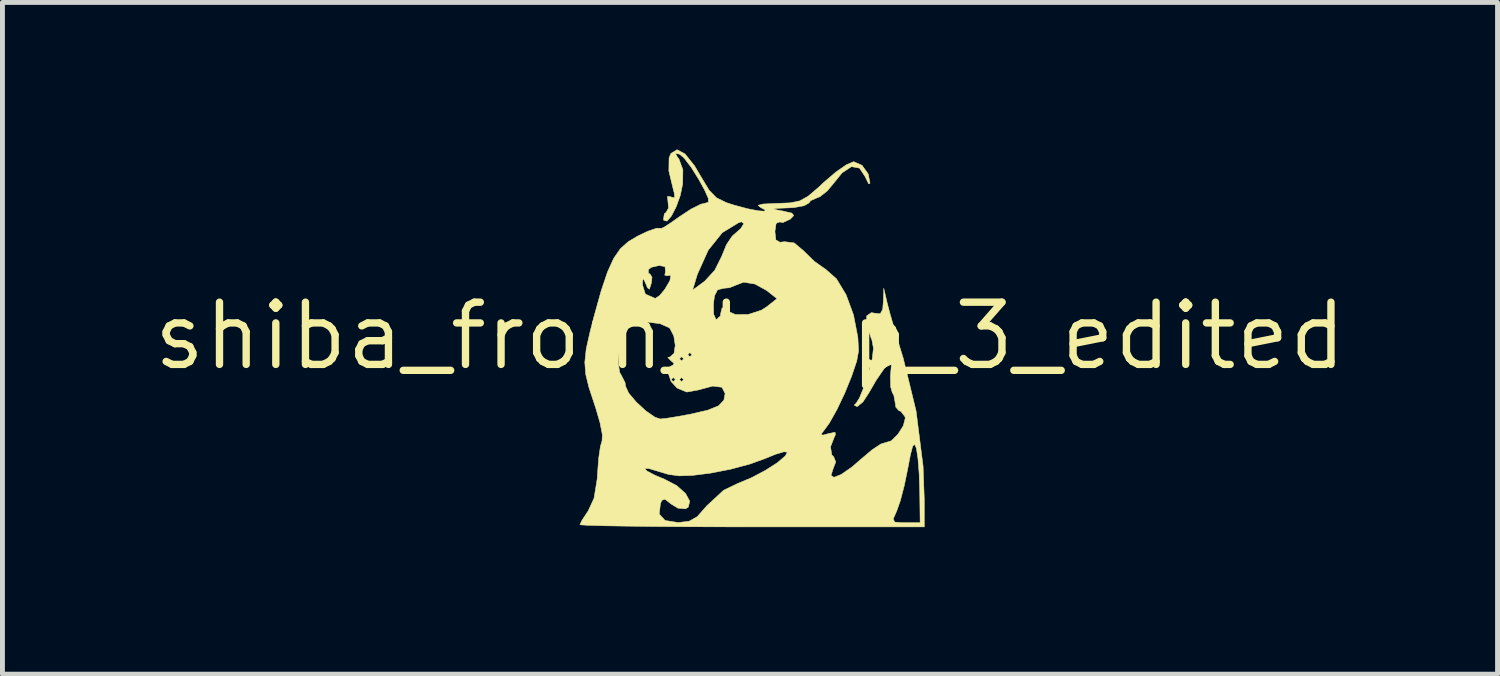
<source format=kicad_pcb>
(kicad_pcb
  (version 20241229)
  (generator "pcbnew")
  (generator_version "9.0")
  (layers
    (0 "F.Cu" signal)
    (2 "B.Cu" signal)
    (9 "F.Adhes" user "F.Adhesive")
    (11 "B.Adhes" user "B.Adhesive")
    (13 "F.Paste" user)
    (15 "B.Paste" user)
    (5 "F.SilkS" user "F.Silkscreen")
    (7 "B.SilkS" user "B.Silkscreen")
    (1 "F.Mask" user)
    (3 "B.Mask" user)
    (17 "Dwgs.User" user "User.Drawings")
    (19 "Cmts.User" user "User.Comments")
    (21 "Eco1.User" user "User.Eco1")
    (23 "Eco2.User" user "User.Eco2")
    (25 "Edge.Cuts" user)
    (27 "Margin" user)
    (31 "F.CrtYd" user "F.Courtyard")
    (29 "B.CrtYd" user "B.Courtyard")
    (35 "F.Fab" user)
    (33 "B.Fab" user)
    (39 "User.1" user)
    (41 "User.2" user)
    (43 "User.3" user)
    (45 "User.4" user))
  (footprint "shiba_from_bmp_3_edited"
    (layer "F.Cu")
    (at 12.254 3.806)
    (property "Reference" "shiba_from_bmp_3_edited" (at 0 0 0) (layer "F.SilkS") (effects (font (size 1.27 1.27) (thickness 0.15))))
    (attr through_hole)
    (fp_poly (pts (xy -1.327 -3.716) (xy -1.131 -3.471) (xy -0.991 -3.234) (xy -0.835 -2.975) (xy -0.685 -2.821) (xy -0.481 -2.721) (xy -0.319 -2.669) (xy -0.045 -2.596) (xy 0.169 -2.555) (xy 0.296 -2.546) (xy 0.309 -2.573) (xy 0.212 -2.625) (xy 0.164 -2.667) (xy 0.264 -2.693) (xy 0.522 -2.705) (xy 0.55 -2.706) (xy 0.822 -2.717) (xy 1.014 -2.757) (xy 1.185 -2.852) (xy 1.393 -3.029) (xy 1.506 -3.135) (xy 1.749 -3.343) (xy 1.966 -3.494) (xy 2.111 -3.556) (xy 2.117 -3.556) (xy 2.285 -3.483) (xy 2.411 -3.307) (xy 2.449 -3.117) (xy 2.421 -3.104) (xy 2.362 -3.224) (xy 2.357 -3.239) (xy 2.234 -3.426) (xy 2.07 -3.456) (xy 1.877 -3.328) (xy 1.741 -3.159) (xy 1.579 -2.963) (xy 1.425 -2.841) (xy 1.38 -2.825) (xy 1.237 -2.762) (xy 1.201 -2.714) (xy 1.106 -2.659) (xy 0.9 -2.621) (xy 0.776 -2.614) (xy 0.55 -2.605) (xy 0.482 -2.593) (xy 0.561 -2.57) (xy 0.67 -2.55) (xy 0.853 -2.508) (xy 0.892 -2.458) (xy 0.822 -2.385) (xy 0.674 -2.316) (xy 0.596 -2.326) (xy 0.532 -2.297) (xy 0.508 -2.133) (xy 0.527 -1.961) (xy 0.612 -1.913) (xy 0.706 -1.924) (xy 0.901 -1.9) (xy 1.098 -1.734) (xy 1.109 -1.722) (xy 1.313 -1.523) (xy 1.528 -1.371) (xy 1.538 -1.366) (xy 1.764 -1.167) (xy 1.961 -0.84) (xy 2.112 -0.429) (xy 2.2 0.027) (xy 2.215 0.302) (xy 2.177 0.512) (xy 2.075 0.816) (xy 1.934 1.163) (xy 1.774 1.5) (xy 1.619 1.776) (xy 1.533 1.895) (xy 1.447 2.008) (xy 1.492 2.022) (xy 1.598 1.992) (xy 1.735 1.964) (xy 1.743 2.017) (xy 1.727 2.044) (xy 1.643 2.259) (xy 1.667 2.424) (xy 1.707 2.464) (xy 1.749 2.57) (xy 1.699 2.699) (xy 1.652 2.844) (xy 1.712 2.884) (xy 1.861 2.825) (xy 2.08 2.673) (xy 2.268 2.51) (xy 2.488 2.324) (xy 2.669 2.204) (xy 2.764 2.175) (xy 2.882 2.139) (xy 3.018 2.005) (xy 3.128 1.831) (xy 3.168 1.675) (xy 3.161 1.646) (xy 3.078 1.537) (xy 3.039 1.524) (xy 2.976 1.454) (xy 2.963 1.369) (xy 2.933 1.205) (xy 2.902 1.153) (xy 2.869 1.035) (xy 2.865 0.824) (xy 2.868 0.779) (xy 2.895 0.466) (xy 2.729 0.677) (xy 2.571 0.908) (xy 2.423 1.164) (xy 2.423 1.164) (xy 2.304 1.345) (xy 2.194 1.436) (xy 2.178 1.438) (xy 2.125 1.41) (xy 2.163 1.375) (xy 2.232 1.266) (xy 2.323 1.044) (xy 2.409 0.783) (xy 2.494 0.463) (xy 2.518 0.247) (xy 2.487 0.082) (xy 2.469 0.038) (xy 2.377 -0.232) (xy 2.38 -0.411) (xy 2.476 -0.477) (xy 2.54 -0.466) (xy 2.657 -0.453) (xy 2.707 -0.543) (xy 2.719 -0.693) (xy 2.729 -0.974) (xy 2.798 -0.677) (xy 2.852 -0.469) (xy 2.944 -0.151) (xy 3.056 0.226) (xy 3.127 0.457) (xy 3.388 1.528) (xy 3.531 2.656) (xy 3.555 3.323) (xy 3.556 3.895) (xy 0.042 3.895) (xy -0.71 3.894) (xy -1.408 3.891) (xy -2.033 3.886) (xy -2.567 3.879) (xy -2.994 3.872) (xy -3.294 3.863) (xy -3.452 3.854) (xy -3.471 3.849) (xy -3.426 3.756) (xy -3.317 3.591) (xy -3.305 3.574) (xy -3.183 3.31) (xy -3.119 2.92) (xy -3.111 2.794) (xy -3.104 2.703) (xy -2.15 2.703) (xy -2.104 2.754) (xy -1.935 2.843) (xy -1.745 2.922) (xy -1.495 3.053) (xy -1.316 3.213) (xy -1.23 3.37) (xy -1.26 3.492) (xy -1.316 3.527) (xy -1.471 3.513) (xy -1.61 3.428) (xy -1.735 3.33) (xy -1.797 3.351) (xy -1.828 3.417) (xy -1.852 3.633) (xy -1.732 3.764) (xy -1.469 3.806) (xy -1.463 3.806) (xy -1.244 3.78) (xy -1.16 3.733) (xy 2.922 3.733) (xy 2.952 3.797) (xy 3.111 3.81) (xy 3.173 3.81) (xy 3.471 3.81) (xy 3.463 3.154) (xy 3.451 2.807) (xy 3.427 2.503) (xy 3.396 2.3) (xy 3.393 2.286) (xy 3.356 2.209) (xy 3.318 2.25) (xy 3.272 2.427) (xy 3.218 2.709) (xy 3.147 3.054) (xy 3.067 3.361) (xy 2.994 3.568) (xy 2.99 3.577) (xy 2.922 3.733) (xy -1.16 3.733) (xy -1.076 3.685) (xy -0.895 3.48) (xy -0.889 3.471) (xy -0.54 3.148) (xy -0.252 3.009) (xy 0.029 2.892) (xy 0.313 2.742) (xy 0.557 2.586) (xy 0.719 2.448) (xy 0.762 2.372) (xy 0.693 2.362) (xy 0.514 2.416) (xy 0.318 2.497) (xy 0.006 2.61) (xy -0.39 2.717) (xy -0.788 2.795) (xy -0.804 2.798) (xy -1.179 2.845) (xy -1.445 2.854) (xy -1.662 2.825) (xy -1.84 2.771) (xy -2.065 2.704) (xy -2.15 2.703) (xy -3.104 2.703) (xy -3.088 2.493) (xy -3.053 2.253) (xy -3.019 2.138) (xy -3.014 2.011) (xy -3.06 1.773) (xy -3.149 1.467) (xy -3.17 1.404) (xy -3.286 1.053) (xy -3.353 0.78) (xy -3.37 0.551) (xy -2.687 0.551) (xy -2.661 0.741) (xy -2.635 0.785) (xy -2.55 0.95) (xy -2.54 1.024) (xy -2.477 1.163) (xy -2.322 1.347) (xy -2.126 1.528) (xy -1.938 1.658) (xy -1.832 1.693) (xy -1.693 1.678) (xy -1.449 1.638) (xy -1.221 1.596) (xy -0.861 1.513) (xy -0.642 1.424) (xy -0.534 1.31) (xy -0.508 1.175) (xy -0.573 1.046) (xy -0.762 1.022) (xy -1.064 1.103) (xy -1.064 1.103) (xy -1.291 1.144) (xy -1.488 1.062) (xy -1.611 0.928) (xy -1.624 0.889) (xy -1.609 0.889) (xy -1.566 0.931) (xy -1.524 0.889) (xy -1.439 0.889) (xy -1.397 0.931) (xy -1.355 0.889) (xy -1.397 0.847) (xy -1.439 0.889) (xy -1.524 0.889) (xy -1.566 0.847) (xy -1.609 0.889) (xy -1.624 0.889) (xy -1.667 0.765) (xy -1.661 0.72) (xy -1.524 0.72) (xy -1.482 0.762) (xy -1.439 0.72) (xy -1.482 0.677) (xy -1.524 0.72) (xy -1.661 0.72) (xy -1.648 0.634) (xy -1.569 0.591) (xy -1.552 0.555) (xy -1.609 0.508) (xy -1.651 0.466) (xy -1.439 0.466) (xy -1.397 0.508) (xy -1.355 0.466) (xy -1.397 0.423) (xy -1.439 0.466) (xy -1.651 0.466) (xy -1.678 0.44) (xy -1.63 0.425) (xy -1.58 0.381) (xy -1.27 0.381) (xy -1.228 0.423) (xy -1.185 0.381) (xy -1.228 0.339) (xy -1.27 0.381) (xy -1.58 0.381) (xy -1.551 0.355) (xy -1.526 0.191) (xy -1.555 0.000372) (xy -1.633 -0.152) (xy -1.652 -0.17) (xy -1.835 -0.251) (xy -2.084 -0.283) (xy -2.331 -0.267) (xy -2.508 -0.203) (xy -2.541 -0.168) (xy -2.621 0.031) (xy -2.671 0.293) (xy -2.687 0.551) (xy -3.37 0.551) (xy -3.371 0.534) (xy -3.342 0.262) (xy -3.264 -0.086) (xy -3.187 -0.385) (xy -3.112 -0.656) (xy -0.746 -0.656) (xy -0.742 -0.444) (xy -0.696 -0.342) (xy -0.682 -0.339) (xy -0.606 -0.408) (xy -0.593 -0.483) (xy -0.57 -0.576) (xy -0.491 -0.525) (xy -0.299 -0.438) (xy -0.036 -0.44) (xy 0.23 -0.526) (xy 0.339 -0.595) (xy 0.55 -0.762) (xy 0.339 -0.929) (xy 0.101 -1.06) (xy -0.131 -1.098) (xy -0.29 -1.037) (xy -0.419 -0.985) (xy -0.537 -0.974) (xy -0.662 -0.943) (xy -0.725 -0.819) (xy -0.746 -0.656) (xy -3.112 -0.656) (xy -3.039 -0.916) (xy -2.996 -1.044) (xy -2.195 -1.044) (xy -2.136 -0.856) (xy -1.941 -0.77) (xy -1.931 -0.769) (xy -1.845 -0.825) (xy -1.752 -0.936) (xy -1.172 -0.936) (xy -0.923 -1.12) (xy -0.719 -1.343) (xy -0.578 -1.626) (xy -0.576 -1.632) (xy -0.479 -1.868) (xy -0.364 -2.038) (xy -0.34 -2.059) (xy -0.188 -2.193) (xy -0.127 -2.294) (xy -0.172 -2.329) (xy -0.228 -2.315) (xy -0.567 -2.108) (xy -0.853 -1.751) (xy -1.074 -1.26) (xy -1.103 -1.166) (xy -1.172 -0.936) (xy -1.752 -0.936) (xy -1.74 -0.95) (xy -1.635 -1.13) (xy -1.615 -1.235) (xy -1.683 -1.234) (xy -1.692 -1.228) (xy -1.74 -1.242) (xy -1.726 -1.308) (xy -1.734 -1.414) (xy -1.849 -1.439) (xy -2.014 -1.402) (xy -2.074 -1.355) (xy -2.072 -1.276) (xy -2.045 -1.27) (xy -2 -1.202) (xy -2.012 -1.084) (xy -2.053 -0.955) (xy -2.093 -0.985) (xy -2.125 -1.063) (xy -2.175 -1.173) (xy -2.192 -1.124) (xy -2.195 -1.044) (xy -2.996 -1.044) (xy -2.908 -1.307) (xy -2.781 -1.586) (xy -2.644 -1.783) (xy -2.487 -1.923) (xy -2.486 -1.924) (xy -2.292 -2.04) (xy -2.082 -2.139) (xy -1.908 -2.199) (xy -1.82 -2.199) (xy -1.818 -2.193) (xy -1.756 -2.219) (xy -1.597 -2.323) (xy -1.441 -2.434) (xy -1.205 -2.589) (xy -1.004 -2.689) (xy -0.92 -2.709) (xy -0.851 -2.729) (xy -0.851 -2.809) (xy -0.927 -2.979) (xy -1.042 -3.189) (xy -1.201 -3.444) (xy -1.347 -3.633) (xy -1.439 -3.711) (xy -1.521 -3.725) (xy -1.483 -3.653) (xy -1.45 -3.611) (xy -1.37 -3.392) (xy -1.374 -3.105) (xy -1.423 -2.867) (xy -1.507 -2.636) (xy -1.603 -2.449) (xy -1.694 -2.345) (xy -1.759 -2.36) (xy -1.766 -2.376) (xy -1.749 -2.495) (xy -1.715 -2.519) (xy -1.663 -2.612) (xy -1.673 -2.727) (xy -1.685 -2.85) (xy -1.612 -2.839) (xy -1.609 -2.836) (xy -1.537 -2.82) (xy -1.548 -2.928) (xy -1.561 -2.971) (xy -1.656 -3.366) (xy -1.652 -3.635) (xy -1.614 -3.725) (xy -1.489 -3.801) (xy -1.327 -3.716)) (stroke (width 0.01) (type solid)) (fill yes) (layer "F.SilkS")))
  (gr_rect
    (start -3 -3)
    (end 27.507 10.706)
    (stroke (width 0.1) (type default))
    (fill no)
    (layer "Edge.Cuts")))
</source>
